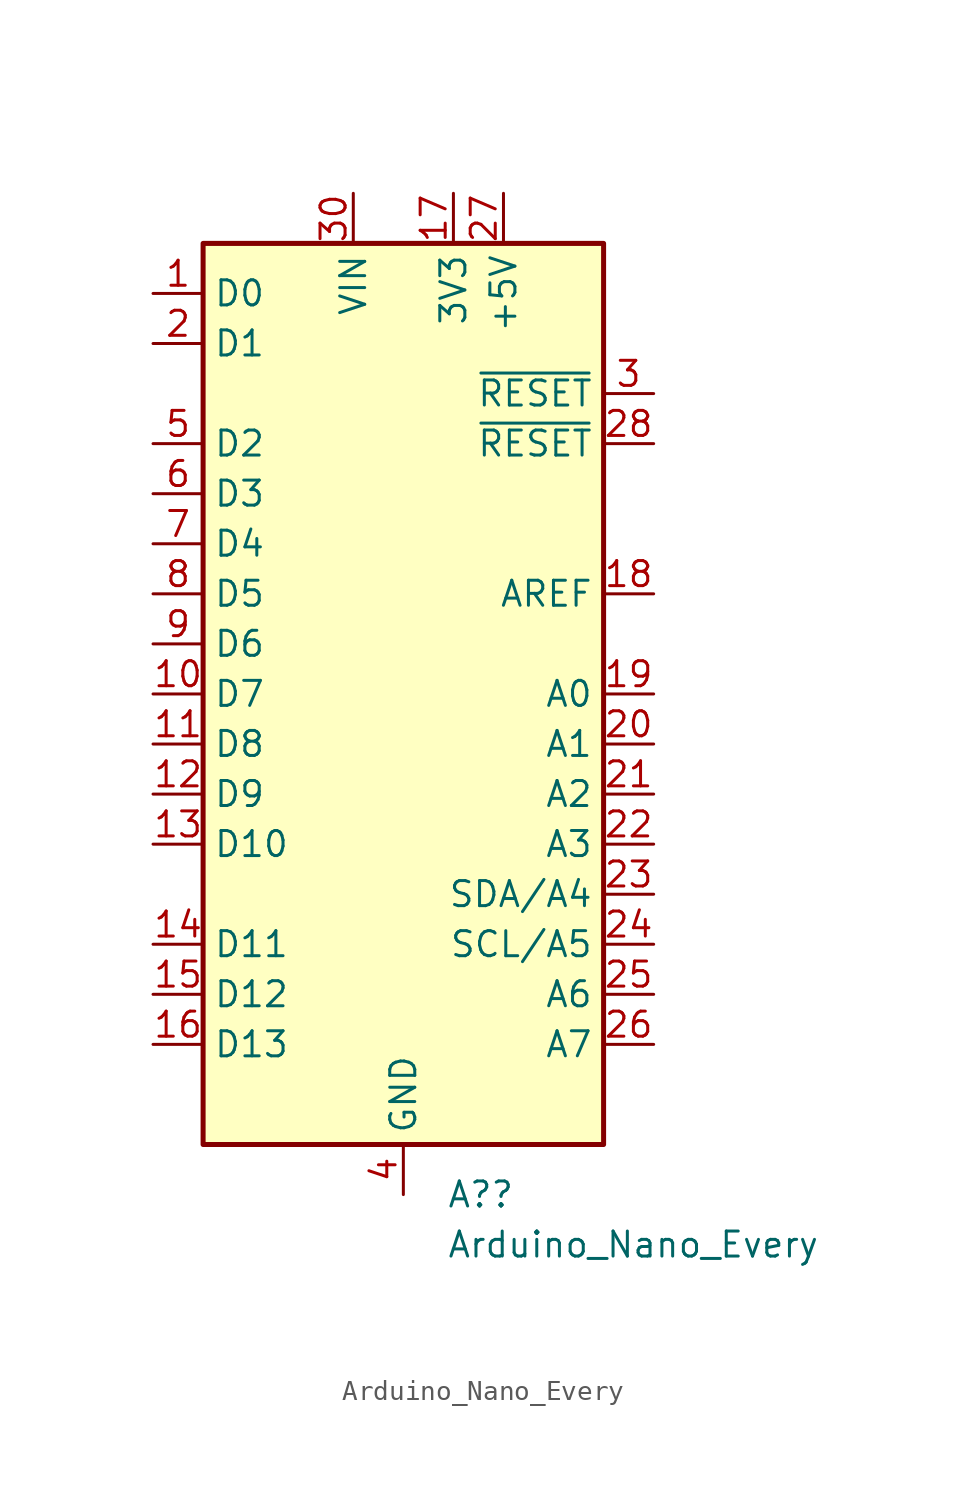
<source format=kicad_sym>
(kicad_symbol_lib
  (version 20231120)
  (generator "kicad_symbol_editor")
  (generator_version "8.0")
  (symbol "Arduino_Nano_Every"
    (property "Reference" "A?"
      (at 2.194 -25.4 0)
      (effects (font (size 1.27 1.27)) (justify left)))
    (property "Value" "Arduino_Nano_Every"
      (at 2.194 -27.94 0)
      (effects (font (size 1.27 1.27)) (justify left)))
    (symbol "Arduino_Nano_Every_0_1"
      (rectangle (start -10.16 22.86) (end 10.16 -22.86) (stroke (width 0.254) (type default)) (fill (type background))))
    (symbol "Arduino_Nano_Every_1_1"
      (pin bidirectional line (at -12.7 20.32 0) (length 2.54) (name "D0" (effects (font (size 1.27 1.27)))) (number "1" (effects (font (size 1.27 1.27)))))
      (pin bidirectional line (at -12.7 0 0) (length 2.54) (name "D7" (effects (font (size 1.27 1.27)))) (number "10" (effects (font (size 1.27 1.27)))))
      (pin bidirectional line (at -12.7 -2.54 0) (length 2.54) (name "D8" (effects (font (size 1.27 1.27)))) (number "11" (effects (font (size 1.27 1.27)))))
      (pin bidirectional line (at -12.7 -5.08 0) (length 2.54) (name "D9" (effects (font (size 1.27 1.27)))) (number "12" (effects (font (size 1.27 1.27)))))
      (pin bidirectional line (at -12.7 -7.62 0) (length 2.54) (name "D10" (effects (font (size 1.27 1.27)))) (number "13" (effects (font (size 1.27 1.27)))))
      (pin bidirectional line (at -12.7 -12.7 0) (length 2.54) (name "D11" (effects (font (size 1.27 1.27)))) (number "14" (effects (font (size 1.27 1.27)))))
      (pin bidirectional line (at -12.7 -15.24 0) (length 2.54) (name "D12" (effects (font (size 1.27 1.27)))) (number "15" (effects (font (size 1.27 1.27)))))
      (pin bidirectional line (at -12.7 -17.78 0) (length 2.54) (name "D13" (effects (font (size 1.27 1.27)))) (number "16" (effects (font (size 1.27 1.27)))))
      (pin power_out line (at 2.54 25.4 270) (length 2.54) (name "3V3" (effects (font (size 1.27 1.27)))) (number "17" (effects (font (size 1.27 1.27)))))
      (pin input line (at 12.7 5.08 180) (length 2.54) (name "AREF" (effects (font (size 1.27 1.27)))) (number "18" (effects (font (size 1.27 1.27)))))
      (pin bidirectional line (at 12.7 0 180) (length 2.54) (name "A0" (effects (font (size 1.27 1.27)))) (number "19" (effects (font (size 1.27 1.27)))))
      (pin bidirectional line (at -12.7 17.78 0) (length 2.54) (name "D1" (effects (font (size 1.27 1.27)))) (number "2" (effects (font (size 1.27 1.27)))))
      (pin bidirectional line (at 12.7 -2.54 180) (length 2.54) (name "A1" (effects (font (size 1.27 1.27)))) (number "20" (effects (font (size 1.27 1.27)))))
      (pin bidirectional line (at 12.7 -5.08 180) (length 2.54) (name "A2" (effects (font (size 1.27 1.27)))) (number "21" (effects (font (size 1.27 1.27)))))
      (pin bidirectional line (at 12.7 -7.62 180) (length 2.54) (name "A3" (effects (font (size 1.27 1.27)))) (number "22" (effects (font (size 1.27 1.27)))))
      (pin bidirectional line (at 12.7 -10.16 180) (length 2.54) (name "SDA/A4" (effects (font (size 1.27 1.27)))) (number "23" (effects (font (size 1.27 1.27)))))
      (pin bidirectional line (at 12.7 -12.7 180) (length 2.54) (name "SCL/A5" (effects (font (size 1.27 1.27)))) (number "24" (effects (font (size 1.27 1.27)))))
      (pin bidirectional line (at 12.7 -15.24 180) (length 2.54) (name "A6" (effects (font (size 1.27 1.27)))) (number "25" (effects (font (size 1.27 1.27)))))
      (pin bidirectional line (at 12.7 -17.78 180) (length 2.54) (name "A7" (effects (font (size 1.27 1.27)))) (number "26" (effects (font (size 1.27 1.27)))))
      (pin power_out line (at 5.08 25.4 270) (length 2.54) (name "+5V" (effects (font (size 1.27 1.27)))) (number "27" (effects (font (size 1.27 1.27)))))
      (pin input line (at 12.7 12.7 180) (length 2.54) (name "~{RESET}" (effects (font (size 1.27 1.27)))) (number "28" (effects (font (size 1.27 1.27)))))
      (pin passive line (at 0 -25.4 90) (length 2.54) hide (name "GND" (effects (font (size 1.27 1.27)))) (number "29" (effects (font (size 1.27 1.27)))))
      (pin input line (at 12.7 15.24 180) (length 2.54) (name "~{RESET}" (effects (font (size 1.27 1.27)))) (number "3" (effects (font (size 1.27 1.27)))))
      (pin power_in line (at -2.54 25.4 270) (length 2.54) (name "VIN" (effects (font (size 1.27 1.27)))) (number "30" (effects (font (size 1.27 1.27)))))
      (pin power_in line (at 0 -25.4 90) (length 2.54) (name "GND" (effects (font (size 1.27 1.27)))) (number "4" (effects (font (size 1.27 1.27)))))
      (pin bidirectional line (at -12.7 12.7 0) (length 2.54) (name "D2" (effects (font (size 1.27 1.27)))) (number "5" (effects (font (size 1.27 1.27)))))
      (pin bidirectional line (at -12.7 10.16 0) (length 2.54) (name "D3" (effects (font (size 1.27 1.27)))) (number "6" (effects (font (size 1.27 1.27)))))
      (pin bidirectional line (at -12.7 7.62 0) (length 2.54) (name "D4" (effects (font (size 1.27 1.27)))) (number "7" (effects (font (size 1.27 1.27)))))
      (pin bidirectional line (at -12.7 5.08 0) (length 2.54) (name "D5" (effects (font (size 1.27 1.27)))) (number "8" (effects (font (size 1.27 1.27)))))
      (pin bidirectional line (at -12.7 2.54 0) (length 2.54) (name "D6" (effects (font (size 1.27 1.27)))) (number "9" (effects (font (size 1.27 1.27))))))))
</source>
